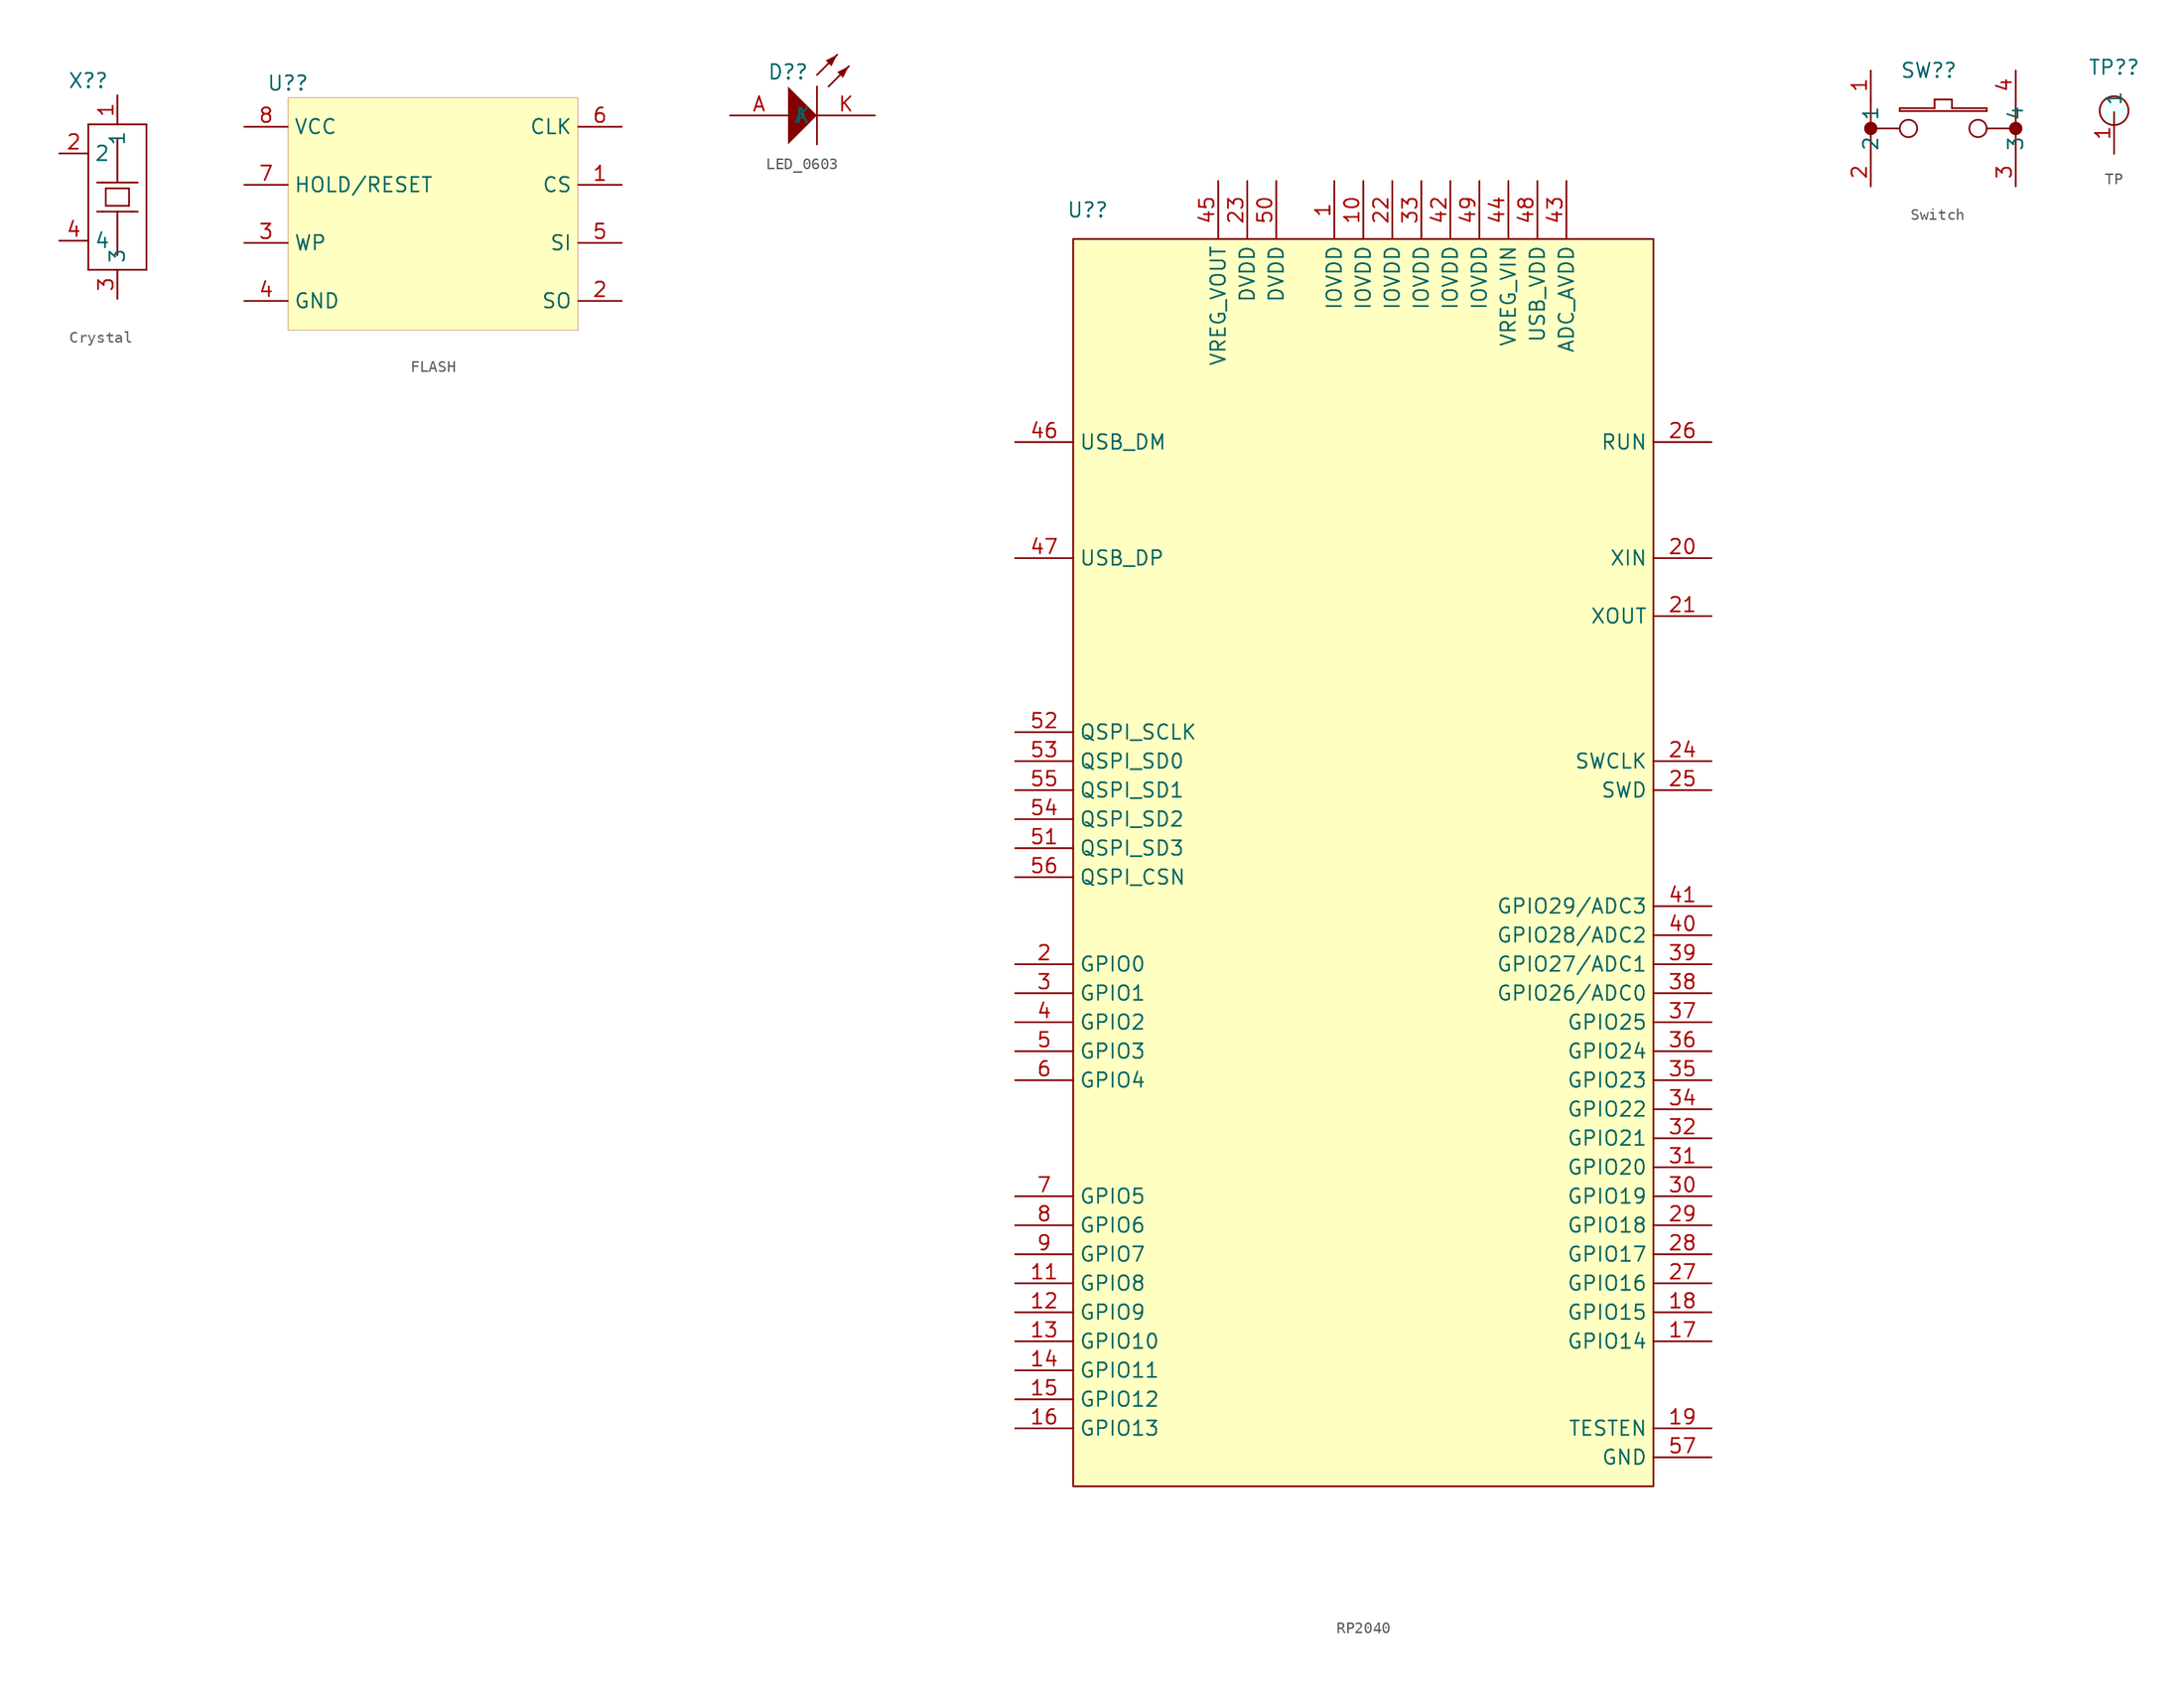
<source format=kicad_sym>
(kicad_symbol_lib
  (version 20241209)
  (generator "kicad_symbol_editor")
  (generator_version "9.0")
  (symbol "Crystal"
    (property "Reference" "X?"
      (at 0 0 0)
      (effects (font (size 1.27 1.27))))
    (property "Value" ""
      (at 0 0 0)
      (effects (font (size 1.27 1.27))))
    (symbol "Crystal_1_0"
      (polyline (pts (xy 0 -3.81) (xy 5.08 -3.81)) (stroke (width 0) (type solid)) (fill (type none)))
      (polyline (pts (xy 0 -6.35) (xy 0 -3.81)) (stroke (width 0) (type solid)) (fill (type none)))
      (polyline (pts (xy 0 -6.35) (xy 0 -16.51)) (stroke (width 0) (type solid)) (fill (type none)))
      (polyline (pts (xy 1.27 -8.89) (xy 0.762 -8.89)) (stroke (width 0) (type solid)) (fill (type none)))
      (polyline (pts (xy 1.27 -8.89) (xy 3.81 -8.89)) (stroke (width 0) (type solid)) (fill (type none)))
      (polyline (pts (xy 1.27 -11.43) (xy 0.762 -11.43)) (stroke (width 0) (type solid)) (fill (type none)))
      (polyline (pts (xy 1.27 -11.43) (xy 3.81 -11.43)) (stroke (width 0) (type solid)) (fill (type none)))
      (polyline (pts (xy 1.524 -9.398) (xy 3.556 -9.398)) (stroke (width 0) (type solid)) (fill (type none)))
      (polyline (pts (xy 1.524 -10.922) (xy 1.524 -9.398)) (stroke (width 0) (type solid)) (fill (type none)))
      (polyline (pts (xy 2.54 -5.08) (xy 2.54 -8.89)) (stroke (width 0) (type solid)) (fill (type none)))
      (polyline (pts (xy 2.54 -11.43) (xy 2.54 -15.24)) (stroke (width 0) (type solid)) (fill (type none)))
      (polyline (pts (xy 3.556 -9.398) (xy 3.556 -10.922)) (stroke (width 0) (type solid)) (fill (type none)))
      (polyline (pts (xy 3.556 -10.922) (xy 1.524 -10.922)) (stroke (width 0) (type solid)) (fill (type none)))
      (polyline (pts (xy 3.81 -8.89) (xy 4.318 -8.89)) (stroke (width 0) (type solid)) (fill (type none)))
      (polyline (pts (xy 3.81 -11.43) (xy 4.318 -11.43)) (stroke (width 0) (type solid)) (fill (type none)))
      (polyline (pts (xy 5.08 -3.81) (xy 5.08 -16.51)) (stroke (width 0) (type solid)) (fill (type none)))
      (polyline (pts (xy 5.08 -16.51) (xy 0 -16.51)) (stroke (width 0) (type solid)) (fill (type none)))
      (pin passive line (at -2.54 -6.35 0) (length 2.54) (name "2" (effects (font (size 1.27 1.27)))) (number "2" (effects (font (size 1.27 1.27)))))
      (pin passive line (at -2.54 -13.97 0) (length 2.54) (name "4" (effects (font (size 1.27 1.27)))) (number "4" (effects (font (size 1.27 1.27)))))
      (pin passive line (at 2.54 -1.27 270) (length 2.54) (name "1" (effects (font (size 1.27 1.27)))) (number "1" (effects (font (size 1.27 1.27)))))
      (pin passive line (at 2.54 -19.05 90) (length 2.54) (name "3" (effects (font (size 1.27 1.27)))) (number "3" (effects (font (size 1.27 1.27)))))))
  (symbol "FLASH"
    (property "Reference" "U?"
      (at 0 0 0)
      (effects (font (size 1.27 1.27))))
    (property "Value" ""
      (at 0 0 0)
      (effects (font (size 1.27 1.27))))
    (symbol "FLASH_1_0"
      (rectangle (start 25.4 -1.27) (end 0 -21.59) (stroke (width 0.025) (type solid) (color 128 0 0 1)) (fill (type background)))
      (pin passive line (at -3.81 -3.81 0) (length 3.81) (name "VCC" (effects (font (size 1.27 1.27)))) (number "8" (effects (font (size 1.27 1.27)))))
      (pin passive line (at -3.81 -8.89 0) (length 3.81) (name "HOLD/RESET" (effects (font (size 1.27 1.27)))) (number "7" (effects (font (size 1.27 1.27)))))
      (pin passive line (at -3.81 -13.97 0) (length 3.81) (name "WP" (effects (font (size 1.27 1.27)))) (number "3" (effects (font (size 1.27 1.27)))))
      (pin passive line (at -3.81 -19.05 0) (length 3.81) (name "GND" (effects (font (size 1.27 1.27)))) (number "4" (effects (font (size 1.27 1.27)))))
      (pin passive line (at 29.21 -3.81 180) (length 3.81) (name "CLK" (effects (font (size 1.27 1.27)))) (number "6" (effects (font (size 1.27 1.27)))))
      (pin passive line (at 29.21 -8.89 180) (length 3.81) (name "CS" (effects (font (size 1.27 1.27)))) (number "1" (effects (font (size 1.27 1.27)))))
      (pin passive line (at 29.21 -13.97 180) (length 3.81) (name "SI" (effects (font (size 1.27 1.27)))) (number "5" (effects (font (size 1.27 1.27)))))
      (pin passive line (at 29.21 -19.05 180) (length 3.81) (name "SO" (effects (font (size 1.27 1.27)))) (number "2" (effects (font (size 1.27 1.27)))))))
  (symbol "LED_0603"
    (property "Reference" "D?"
      (at 0 0 0)
      (effects (font (size 1.27 1.27))))
    (property "Value" ""
      (at 0 0 0)
      (effects (font (size 1.27 1.27))))
    (symbol "LED_0603_1_0"
      (polyline (pts (xy 0 -6.35) (xy 2.54 -3.81) (xy 0 -1.27) (xy 0 -6.35)) (stroke (width -0.0001) (type solid)) (fill (type outline)))
      (polyline (pts (xy 2.54 -0.254) (xy 4.318 1.524)) (stroke (width 0) (type solid)) (fill (type none)))
      (polyline (pts (xy 2.54 -1.27) (xy 2.54 -6.35)) (stroke (width 0) (type solid)) (fill (type none)))
      (polyline (pts (xy 3.556 -1.27) (xy 5.334 0.508)) (stroke (width 0) (type solid)) (fill (type none)))
      (polyline (pts (xy 4.318 1.524) (xy 3.302 1.016) (xy 3.81 0.508) (xy 4.318 1.524)) (stroke (width -0.0001) (type solid)) (fill (type outline)))
      (polyline (pts (xy 5.334 0.508) (xy 4.318 0) (xy 4.826 -0.508) (xy 5.334 0.508)) (stroke (width -0.0001) (type solid)) (fill (type outline)))
      (pin passive line (at -5.08 -3.81 0) (length 5.08) (name "A" (effects (font (size 1.27 1.27)))) (number "A" (effects (font (size 1.27 1.27)))))
      (pin passive line (at 7.62 -3.81 180) (length 5.08) (name "K" (effects (font (size 1.27 1.27)))) (number "K" (effects (font (size 1.27 1.27)))))))
  (symbol "RP2040"
    (property "Reference" "U?"
      (at 0 0 0)
      (effects (font (size 1.27 1.27))))
    (property "Value" ""
      (at 0 0 0)
      (effects (font (size 1.27 1.27))))
    (symbol "RP2040_1_0"
      (rectangle (start 49.53 -2.54) (end -1.27 -111.76) (stroke (width 0) (type solid) (color 128 0 0 1)) (fill (type background)))
      (pin passive line (at -6.35 -20.32 0) (length 5.08) (name "USB_DM" (effects (font (size 1.27 1.27)))) (number "46" (effects (font (size 1.27 1.27)))))
      (pin passive line (at -6.35 -30.48 0) (length 5.08) (name "USB_DP" (effects (font (size 1.27 1.27)))) (number "47" (effects (font (size 1.27 1.27)))))
      (pin passive line (at -6.35 -45.72 0) (length 5.08) (name "QSPI_SCLK" (effects (font (size 1.27 1.27)))) (number "52" (effects (font (size 1.27 1.27)))))
      (pin passive line (at -6.35 -48.26 0) (length 5.08) (name "QSPI_SD0" (effects (font (size 1.27 1.27)))) (number "53" (effects (font (size 1.27 1.27)))))
      (pin passive line (at -6.35 -50.8 0) (length 5.08) (name "QSPI_SD1" (effects (font (size 1.27 1.27)))) (number "55" (effects (font (size 1.27 1.27)))))
      (pin passive line (at -6.35 -53.34 0) (length 5.08) (name "QSPI_SD2" (effects (font (size 1.27 1.27)))) (number "54" (effects (font (size 1.27 1.27)))))
      (pin passive line (at -6.35 -55.88 0) (length 5.08) (name "QSPI_SD3" (effects (font (size 1.27 1.27)))) (number "51" (effects (font (size 1.27 1.27)))))
      (pin passive line (at -6.35 -58.42 0) (length 5.08) (name "QSPI_CSN" (effects (font (size 1.27 1.27)))) (number "56" (effects (font (size 1.27 1.27)))))
      (pin passive line (at -6.35 -66.04 0) (length 5.08) (name "GPIO0" (effects (font (size 1.27 1.27)))) (number "2" (effects (font (size 1.27 1.27)))))
      (pin passive line (at -6.35 -68.58 0) (length 5.08) (name "GPIO1" (effects (font (size 1.27 1.27)))) (number "3" (effects (font (size 1.27 1.27)))))
      (pin passive line (at -6.35 -71.12 0) (length 5.08) (name "GPIO2" (effects (font (size 1.27 1.27)))) (number "4" (effects (font (size 1.27 1.27)))))
      (pin passive line (at -6.35 -73.66 0) (length 5.08) (name "GPIO3" (effects (font (size 1.27 1.27)))) (number "5" (effects (font (size 1.27 1.27)))))
      (pin passive line (at -6.35 -76.2 0) (length 5.08) (name "GPIO4" (effects (font (size 1.27 1.27)))) (number "6" (effects (font (size 1.27 1.27)))))
      (pin passive line (at -6.35 -86.36 0) (length 5.08) (name "GPIO5" (effects (font (size 1.27 1.27)))) (number "7" (effects (font (size 1.27 1.27)))))
      (pin passive line (at -6.35 -88.9 0) (length 5.08) (name "GPIO6" (effects (font (size 1.27 1.27)))) (number "8" (effects (font (size 1.27 1.27)))))
      (pin passive line (at -6.35 -91.44 0) (length 5.08) (name "GPIO7" (effects (font (size 1.27 1.27)))) (number "9" (effects (font (size 1.27 1.27)))))
      (pin passive line (at -6.35 -93.98 0) (length 5.08) (name "GPIO8" (effects (font (size 1.27 1.27)))) (number "11" (effects (font (size 1.27 1.27)))))
      (pin passive line (at -6.35 -96.52 0) (length 5.08) (name "GPIO9" (effects (font (size 1.27 1.27)))) (number "12" (effects (font (size 1.27 1.27)))))
      (pin passive line (at -6.35 -99.06 0) (length 5.08) (name "GPIO10" (effects (font (size 1.27 1.27)))) (number "13" (effects (font (size 1.27 1.27)))))
      (pin passive line (at -6.35 -101.6 0) (length 5.08) (name "GPIO11" (effects (font (size 1.27 1.27)))) (number "14" (effects (font (size 1.27 1.27)))))
      (pin passive line (at -6.35 -104.14 0) (length 5.08) (name "GPIO12" (effects (font (size 1.27 1.27)))) (number "15" (effects (font (size 1.27 1.27)))))
      (pin passive line (at -6.35 -106.68 0) (length 5.08) (name "GPIO13" (effects (font (size 1.27 1.27)))) (number "16" (effects (font (size 1.27 1.27)))))
      (pin passive line (at 11.43 2.54 270) (length 5.08) (name "VREG_VOUT" (effects (font (size 1.27 1.27)))) (number "45" (effects (font (size 1.27 1.27)))))
      (pin passive line (at 13.97 2.54 270) (length 5.08) (name "DVDD" (effects (font (size 1.27 1.27)))) (number "23" (effects (font (size 1.27 1.27)))))
      (pin passive line (at 16.51 2.54 270) (length 5.08) (name "DVDD" (effects (font (size 1.27 1.27)))) (number "50" (effects (font (size 1.27 1.27)))))
      (pin passive line (at 21.59 2.54 270) (length 5.08) (name "IOVDD" (effects (font (size 1.27 1.27)))) (number "1" (effects (font (size 1.27 1.27)))))
      (pin passive line (at 24.13 2.54 270) (length 5.08) (name "IOVDD" (effects (font (size 1.27 1.27)))) (number "10" (effects (font (size 1.27 1.27)))))
      (pin passive line (at 26.67 2.54 270) (length 5.08) (name "IOVDD" (effects (font (size 1.27 1.27)))) (number "22" (effects (font (size 1.27 1.27)))))
      (pin passive line (at 29.21 2.54 270) (length 5.08) (name "IOVDD" (effects (font (size 1.27 1.27)))) (number "33" (effects (font (size 1.27 1.27)))))
      (pin passive line (at 31.75 2.54 270) (length 5.08) (name "IOVDD" (effects (font (size 1.27 1.27)))) (number "42" (effects (font (size 1.27 1.27)))))
      (pin passive line (at 34.29 2.54 270) (length 5.08) (name "IOVDD" (effects (font (size 1.27 1.27)))) (number "49" (effects (font (size 1.27 1.27)))))
      (pin passive line (at 36.83 2.54 270) (length 5.08) (name "VREG_VIN" (effects (font (size 1.27 1.27)))) (number "44" (effects (font (size 1.27 1.27)))))
      (pin passive line (at 39.37 2.54 270) (length 5.08) (name "USB_VDD" (effects (font (size 1.27 1.27)))) (number "48" (effects (font (size 1.27 1.27)))))
      (pin passive line (at 41.91 2.54 270) (length 5.08) (name "ADC_AVDD" (effects (font (size 1.27 1.27)))) (number "43" (effects (font (size 1.27 1.27)))))
      (pin passive line (at 54.61 -20.32 180) (length 5.08) (name "RUN" (effects (font (size 1.27 1.27)))) (number "26" (effects (font (size 1.27 1.27)))))
      (pin passive line (at 54.61 -30.48 180) (length 5.08) (name "XIN" (effects (font (size 1.27 1.27)))) (number "20" (effects (font (size 1.27 1.27)))))
      (pin passive line (at 54.61 -35.56 180) (length 5.08) (name "XOUT" (effects (font (size 1.27 1.27)))) (number "21" (effects (font (size 1.27 1.27)))))
      (pin passive line (at 54.61 -48.26 180) (length 5.08) (name "SWCLK" (effects (font (size 1.27 1.27)))) (number "24" (effects (font (size 1.27 1.27)))))
      (pin passive line (at 54.61 -50.8 180) (length 5.08) (name "SWD" (effects (font (size 1.27 1.27)))) (number "25" (effects (font (size 1.27 1.27)))))
      (pin passive line (at 54.61 -60.96 180) (length 5.08) (name "GPIO29/ADC3" (effects (font (size 1.27 1.27)))) (number "41" (effects (font (size 1.27 1.27)))))
      (pin passive line (at 54.61 -63.5 180) (length 5.08) (name "GPIO28/ADC2" (effects (font (size 1.27 1.27)))) (number "40" (effects (font (size 1.27 1.27)))))
      (pin passive line (at 54.61 -66.04 180) (length 5.08) (name "GPIO27/ADC1" (effects (font (size 1.27 1.27)))) (number "39" (effects (font (size 1.27 1.27)))))
      (pin passive line (at 54.61 -68.58 180) (length 5.08) (name "GPIO26/ADC0" (effects (font (size 1.27 1.27)))) (number "38" (effects (font (size 1.27 1.27)))))
      (pin passive line (at 54.61 -71.12 180) (length 5.08) (name "GPIO25" (effects (font (size 1.27 1.27)))) (number "37" (effects (font (size 1.27 1.27)))))
      (pin passive line (at 54.61 -73.66 180) (length 5.08) (name "GPIO24" (effects (font (size 1.27 1.27)))) (number "36" (effects (font (size 1.27 1.27)))))
      (pin passive line (at 54.61 -76.2 180) (length 5.08) (name "GPIO23" (effects (font (size 1.27 1.27)))) (number "35" (effects (font (size 1.27 1.27)))))
      (pin passive line (at 54.61 -78.74 180) (length 5.08) (name "GPIO22" (effects (font (size 1.27 1.27)))) (number "34" (effects (font (size 1.27 1.27)))))
      (pin passive line (at 54.61 -81.28 180) (length 5.08) (name "GPIO21" (effects (font (size 1.27 1.27)))) (number "32" (effects (font (size 1.27 1.27)))))
      (pin passive line (at 54.61 -83.82 180) (length 5.08) (name "GPIO20" (effects (font (size 1.27 1.27)))) (number "31" (effects (font (size 1.27 1.27)))))
      (pin passive line (at 54.61 -86.36 180) (length 5.08) (name "GPIO19" (effects (font (size 1.27 1.27)))) (number "30" (effects (font (size 1.27 1.27)))))
      (pin passive line (at 54.61 -88.9 180) (length 5.08) (name "GPIO18" (effects (font (size 1.27 1.27)))) (number "29" (effects (font (size 1.27 1.27)))))
      (pin passive line (at 54.61 -91.44 180) (length 5.08) (name "GPIO17" (effects (font (size 1.27 1.27)))) (number "28" (effects (font (size 1.27 1.27)))))
      (pin passive line (at 54.61 -93.98 180) (length 5.08) (name "GPIO16" (effects (font (size 1.27 1.27)))) (number "27" (effects (font (size 1.27 1.27)))))
      (pin passive line (at 54.61 -96.52 180) (length 5.08) (name "GPIO15" (effects (font (size 1.27 1.27)))) (number "18" (effects (font (size 1.27 1.27)))))
      (pin passive line (at 54.61 -99.06 180) (length 5.08) (name "GPIO14" (effects (font (size 1.27 1.27)))) (number "17" (effects (font (size 1.27 1.27)))))
      (pin passive line (at 54.61 -106.68 180) (length 5.08) (name "TESTEN" (effects (font (size 1.27 1.27)))) (number "19" (effects (font (size 1.27 1.27)))))
      (pin passive line (at 54.61 -109.22 180) (length 5.08) (name "GND" (effects (font (size 1.27 1.27)))) (number "57" (effects (font (size 1.27 1.27)))))))
  (symbol "Switch"
    (property "Reference" "SW?"
      (at 0 0 0)
      (effects (font (size 1.27 1.27))))
    (property "Value" ""
      (at 0 0 0)
      (effects (font (size 1.27 1.27))))
    (symbol "Switch_1_0"
      (polyline (pts (xy -5.08 -2.54) (xy -5.08 -7.62)) (stroke (width 0) (type solid)) (fill (type none)))
      (circle (center -5.08 -5.08) (radius 0.508) (stroke (width 0) (type solid)) (fill (type outline)))
      (polyline (pts (xy -2.54 -3.302) (xy -2.54 -3.556)) (stroke (width 0) (type solid)) (fill (type none)))
      (polyline (pts (xy -2.54 -3.556) (xy 5.08 -3.556)) (stroke (width 0) (type solid)) (fill (type none)))
      (polyline (pts (xy -2.54 -5.08) (xy -5.08 -5.08)) (stroke (width 0) (type solid)) (fill (type none)))
      (circle (center -1.778 -5.08) (radius 0.762) (stroke (width 0) (type solid)) (fill (type none)))
      (polyline (pts (xy 0.508 -2.54) (xy 0.508 -3.302)) (stroke (width 0) (type solid)) (fill (type none)))
      (polyline (pts (xy 0.508 -3.302) (xy -2.54 -3.302)) (stroke (width 0) (type solid)) (fill (type none)))
      (polyline (pts (xy 2.032 -2.54) (xy 0.508 -2.54)) (stroke (width 0) (type solid)) (fill (type none)))
      (polyline (pts (xy 2.032 -3.302) (xy 2.032 -2.54)) (stroke (width 0) (type solid)) (fill (type none)))
      (circle (center 4.318 -5.08) (radius 0.762) (stroke (width 0) (type solid)) (fill (type none)))
      (polyline (pts (xy 5.08 -3.302) (xy 2.032 -3.302)) (stroke (width 0) (type solid)) (fill (type none)))
      (polyline (pts (xy 5.08 -3.556) (xy 5.08 -3.302)) (stroke (width 0) (type solid)) (fill (type none)))
      (polyline (pts (xy 5.08 -5.08) (xy 7.62 -5.08)) (stroke (width 0) (type solid)) (fill (type none)))
      (polyline (pts (xy 7.62 -2.54) (xy 7.62 -7.62)) (stroke (width 0) (type solid)) (fill (type none)))
      (circle (center 7.62 -5.08) (radius 0.508) (stroke (width 0) (type solid)) (fill (type outline)))
      (pin passive line (at -5.08 0 270) (length 2.54) (name "1" (effects (font (size 1.27 1.27)))) (number "1" (effects (font (size 1.27 1.27)))))
      (pin passive line (at -5.08 -10.16 90) (length 2.54) (name "2" (effects (font (size 1.27 1.27)))) (number "2" (effects (font (size 1.27 1.27)))))
      (pin passive line (at 7.62 0 270) (length 2.54) (name "4" (effects (font (size 1.27 1.27)))) (number "4" (effects (font (size 1.27 1.27)))))
      (pin passive line (at 7.62 -10.16 90) (length 2.54) (name "3" (effects (font (size 1.27 1.27)))) (number "3" (effects (font (size 1.27 1.27)))))))
  (symbol "TP"
    (property "Reference" "TP?"
      (at 0 0 0)
      (effects (font (size 1.27 1.27))))
    (property "Value" ""
      (at 0 0 0)
      (effects (font (size 1.27 1.27))))
    (symbol "TP_1_0"
      (circle (center 0 -3.81) (radius 1.27) (stroke (width 0) (type solid)) (fill (type color) (color 240 255 255 1)))
      (pin passive line (at 0 -7.62 90) (length 3.683) (name "1" (effects (font (size 1.27 1.27)))) (number "1" (effects (font (size 1.27 1.27))))))))
</source>
